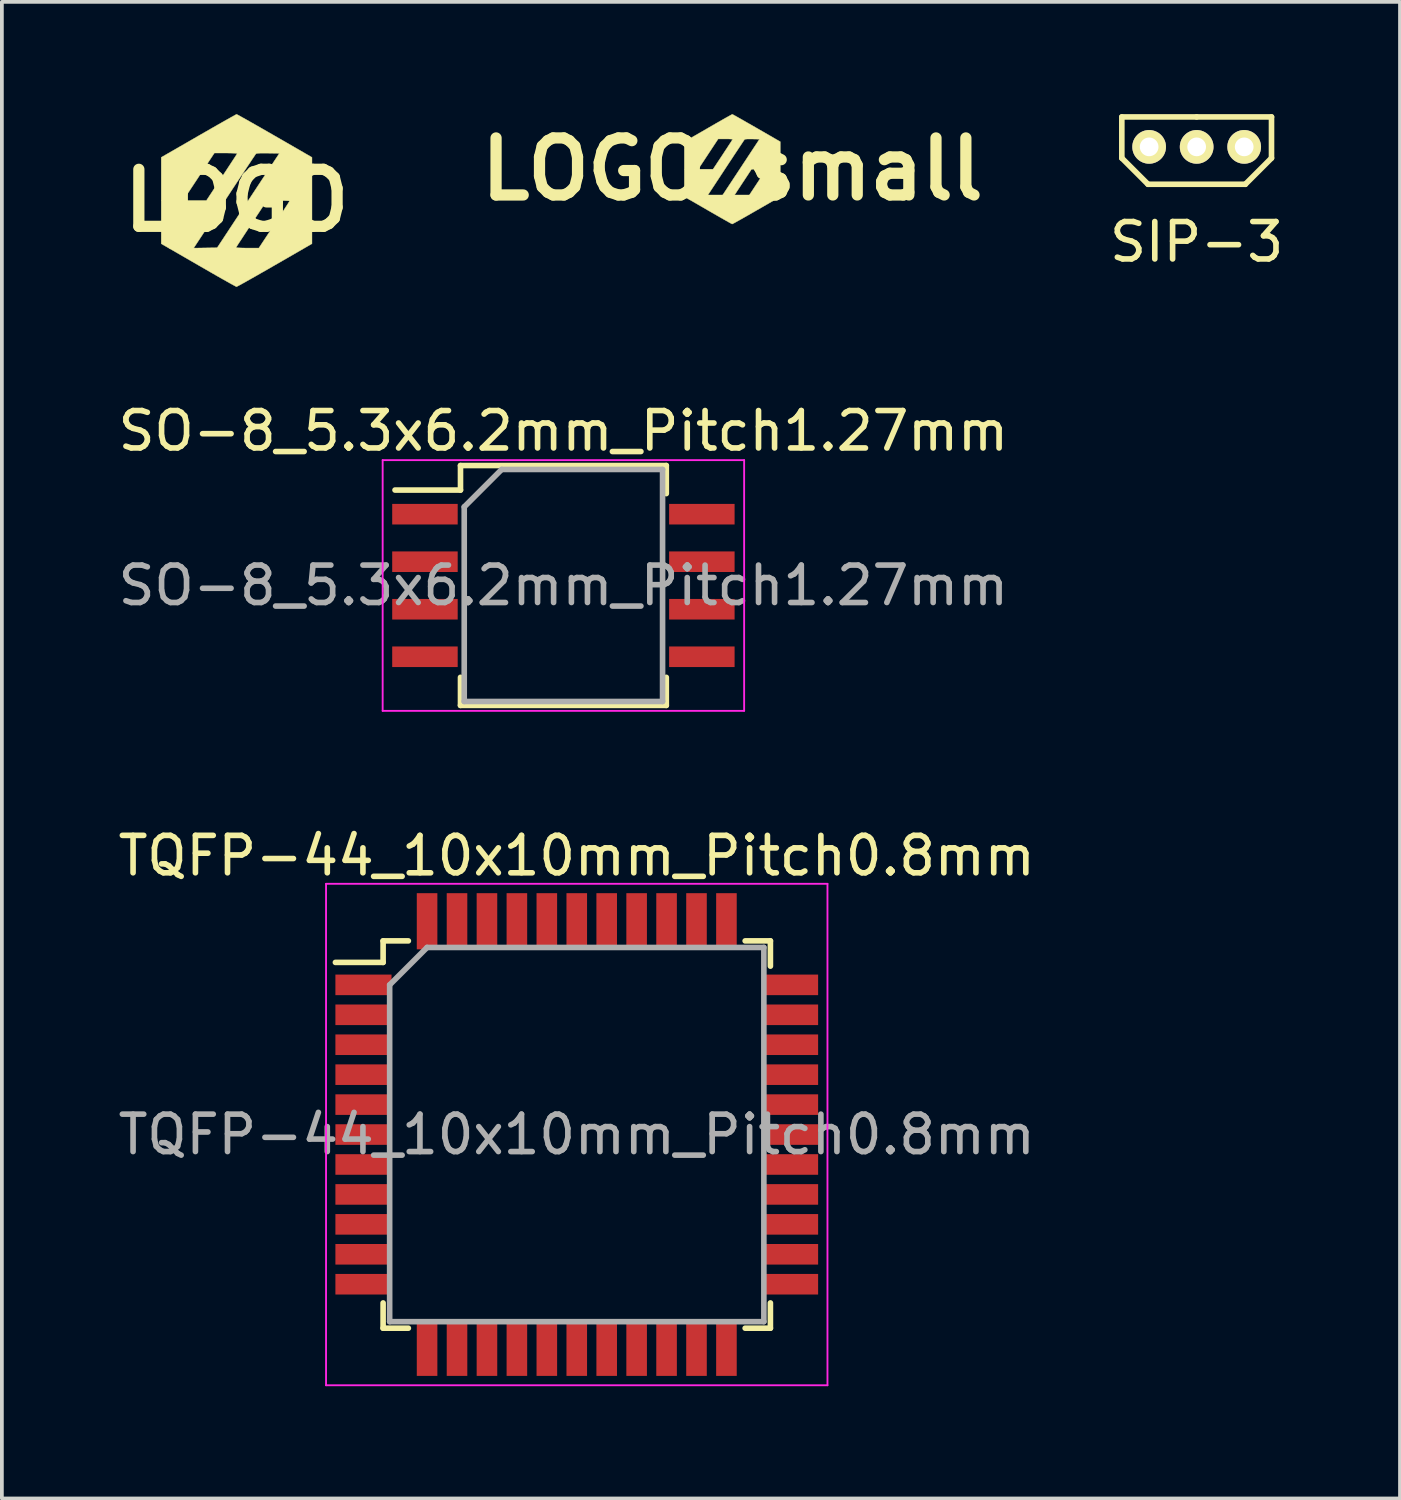
<source format=kicad_pcb>
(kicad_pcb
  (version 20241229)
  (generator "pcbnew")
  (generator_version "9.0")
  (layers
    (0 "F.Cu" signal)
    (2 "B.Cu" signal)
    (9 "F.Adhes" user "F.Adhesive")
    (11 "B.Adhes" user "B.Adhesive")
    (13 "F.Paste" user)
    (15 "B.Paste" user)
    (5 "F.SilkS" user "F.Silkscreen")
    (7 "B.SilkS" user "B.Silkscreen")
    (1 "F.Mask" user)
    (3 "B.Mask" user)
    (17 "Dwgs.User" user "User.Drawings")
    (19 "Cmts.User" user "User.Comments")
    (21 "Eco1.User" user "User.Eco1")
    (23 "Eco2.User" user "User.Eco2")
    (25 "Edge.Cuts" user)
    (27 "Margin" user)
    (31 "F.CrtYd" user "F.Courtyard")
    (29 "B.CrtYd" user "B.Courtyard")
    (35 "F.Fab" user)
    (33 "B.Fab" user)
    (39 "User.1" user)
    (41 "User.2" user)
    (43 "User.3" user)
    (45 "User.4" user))
  (footprint "SIP-3"
    (layer "F.Cu")
    (at 28.929 0.875)
    (property "Reference" "SIP-3" (at 0 2.54 0) (layer "F.SilkS") (effects (font (size 1 1) (thickness 0.15))))
    (attr through_hole)
    (fp_line (start -2 -0.8) (end -2 0.3) (stroke (width 0.15) (type solid)) (layer "F.SilkS"))
    (fp_line (start -2 0.3) (end -1.3 1) (stroke (width 0.15) (type solid)) (layer "F.SilkS"))
    (fp_line (start -1.3 1) (end 1.3 1) (stroke (width 0.15) (type solid)) (layer "F.SilkS"))
    (fp_line (start 0 -0.8) (end -2 -0.8) (stroke (width 0.15) (type solid)) (layer "F.SilkS"))
    (fp_line (start 0 -0.8) (end 2 -0.8) (stroke (width 0.15) (type solid)) (layer "F.SilkS"))
    (fp_line (start 1.3 1) (end 2 0.3) (stroke (width 0.15) (type solid)) (layer "F.SilkS"))
    (fp_line (start 2 -0.8) (end 2 0.3) (stroke (width 0.15) (type solid)) (layer "F.SilkS"))
    (pad "1" thru_hole circle (at -1.27 0) (size 0.9 0.9) (drill 0.5) (layers "*.Cu" "*.Mask" "F.SilkS"))
    (pad "2" thru_hole circle (at 0 0) (size 0.9 0.9) (drill 0.5) (layers "*.Cu" "*.Mask" "F.SilkS"))
    (pad "3" thru_hole circle (at 1.27 0) (size 0.9 0.9) (drill 0.5) (layers "*.Cu" "*.Mask" "F.SilkS")))
  (footprint "TQFP-44_10x10mm_Pitch0.8mm"
    (layer "F.Cu")
    (at 12.363 27.269)
    (property "Reference" "TQFP-44_10x10mm_Pitch0.8mm" (at 0 -7.45 0) (layer "F.SilkS") (effects (font (size 1 1) (thickness 0.15))))
    (attr smd)
    (fp_line (start -5.175 -5.175) (end -5.175 -4.6) (stroke (width 0.15) (type solid)) (layer "F.SilkS"))
    (fp_line (start -5.175 -5.175) (end -4.5 -5.175) (stroke (width 0.15) (type solid)) (layer "F.SilkS"))
    (fp_line (start -5.175 -4.6) (end -6.45 -4.6) (stroke (width 0.15) (type solid)) (layer "F.SilkS"))
    (fp_line (start -5.175 5.175) (end -5.175 4.5) (stroke (width 0.15) (type solid)) (layer "F.SilkS"))
    (fp_line (start -5.175 5.175) (end -4.5 5.175) (stroke (width 0.15) (type solid)) (layer "F.SilkS"))
    (fp_line (start 5.175 -5.175) (end 4.5 -5.175) (stroke (width 0.15) (type solid)) (layer "F.SilkS"))
    (fp_line (start 5.175 -5.175) (end 5.175 -4.5) (stroke (width 0.15) (type solid)) (layer "F.SilkS"))
    (fp_line (start 5.175 5.175) (end 4.5 5.175) (stroke (width 0.15) (type solid)) (layer "F.SilkS"))
    (fp_line (start 5.175 5.175) (end 5.175 4.5) (stroke (width 0.15) (type solid)) (layer "F.SilkS"))
    (fp_line (start -6.7 -6.7) (end -6.7 6.7) (stroke (width 0.05) (type solid)) (layer "F.CrtYd"))
    (fp_line (start -6.7 -6.7) (end 6.7 -6.7) (stroke (width 0.05) (type solid)) (layer "F.CrtYd"))
    (fp_line (start -6.7 6.7) (end 6.7 6.7) (stroke (width 0.05) (type solid)) (layer "F.CrtYd"))
    (fp_line (start 6.7 -6.7) (end 6.7 6.7) (stroke (width 0.05) (type solid)) (layer "F.CrtYd"))
    (fp_line (start -5 -4) (end -4 -5) (stroke (width 0.15) (type solid)) (layer "F.Fab"))
    (fp_line (start -5 5) (end -5 -4) (stroke (width 0.15) (type solid)) (layer "F.Fab"))
    (fp_line (start -4 -5) (end 5 -5) (stroke (width 0.15) (type solid)) (layer "F.Fab"))
    (fp_line (start 5 -5) (end 5 5) (stroke (width 0.15) (type solid)) (layer "F.Fab"))
    (fp_line (start 5 5) (end -5 5) (stroke (width 0.15) (type solid)) (layer "F.Fab"))
    (fp_text user "${REFERENCE}" (at 0 0 0) (layer "F.Fab") (effects (font (size 1 1) (thickness 0.15))))
    (pad "1" smd rect (at -5.7 -4) (size 1.5 0.55) (layers "F.Cu" "F.Mask" "F.Paste"))
    (pad "2" smd rect (at -5.7 -3.2) (size 1.5 0.55) (layers "F.Cu" "F.Mask" "F.Paste"))
    (pad "3" smd rect (at -5.7 -2.4) (size 1.5 0.55) (layers "F.Cu" "F.Mask" "F.Paste"))
    (pad "4" smd rect (at -5.7 -1.6) (size 1.5 0.55) (layers "F.Cu" "F.Mask" "F.Paste"))
    (pad "5" smd rect (at -5.7 -0.8) (size 1.5 0.55) (layers "F.Cu" "F.Mask" "F.Paste"))
    (pad "6" smd rect (at -5.7 0) (size 1.5 0.55) (layers "F.Cu" "F.Mask" "F.Paste"))
    (pad "7" smd rect (at -5.7 0.8) (size 1.5 0.55) (layers "F.Cu" "F.Mask" "F.Paste"))
    (pad "8" smd rect (at -5.7 1.6) (size 1.5 0.55) (layers "F.Cu" "F.Mask" "F.Paste"))
    (pad "9" smd rect (at -5.7 2.4) (size 1.5 0.55) (layers "F.Cu" "F.Mask" "F.Paste"))
    (pad "10" smd rect (at -5.7 3.2) (size 1.5 0.55) (layers "F.Cu" "F.Mask" "F.Paste"))
    (pad "11" smd rect (at -5.7 4) (size 1.5 0.55) (layers "F.Cu" "F.Mask" "F.Paste"))
    (pad "12" smd rect (at -4 5.7 90) (size 1.5 0.55) (layers "F.Cu" "F.Mask" "F.Paste"))
    (pad "13" smd rect (at -3.2 5.7 90) (size 1.5 0.55) (layers "F.Cu" "F.Mask" "F.Paste"))
    (pad "14" smd rect (at -2.4 5.7 90) (size 1.5 0.55) (layers "F.Cu" "F.Mask" "F.Paste"))
    (pad "15" smd rect (at -1.6 5.7 90) (size 1.5 0.55) (layers "F.Cu" "F.Mask" "F.Paste"))
    (pad "16" smd rect (at -0.8 5.7 90) (size 1.5 0.55) (layers "F.Cu" "F.Mask" "F.Paste"))
    (pad "17" smd rect (at 0 5.7 90) (size 1.5 0.55) (layers "F.Cu" "F.Mask" "F.Paste"))
    (pad "18" smd rect (at 0.8 5.7 90) (size 1.5 0.55) (layers "F.Cu" "F.Mask" "F.Paste"))
    (pad "19" smd rect (at 1.6 5.7 90) (size 1.5 0.55) (layers "F.Cu" "F.Mask" "F.Paste"))
    (pad "20" smd rect (at 2.4 5.7 90) (size 1.5 0.55) (layers "F.Cu" "F.Mask" "F.Paste"))
    (pad "21" smd rect (at 3.2 5.7 90) (size 1.5 0.55) (layers "F.Cu" "F.Mask" "F.Paste"))
    (pad "22" smd rect (at 4 5.7 90) (size 1.5 0.55) (layers "F.Cu" "F.Mask" "F.Paste"))
    (pad "23" smd rect (at 5.7 4) (size 1.5 0.55) (layers "F.Cu" "F.Mask" "F.Paste"))
    (pad "24" smd rect (at 5.7 3.2) (size 1.5 0.55) (layers "F.Cu" "F.Mask" "F.Paste"))
    (pad "25" smd rect (at 5.7 2.4) (size 1.5 0.55) (layers "F.Cu" "F.Mask" "F.Paste"))
    (pad "26" smd rect (at 5.7 1.6) (size 1.5 0.55) (layers "F.Cu" "F.Mask" "F.Paste"))
    (pad "27" smd rect (at 5.7 0.8) (size 1.5 0.55) (layers "F.Cu" "F.Mask" "F.Paste"))
    (pad "28" smd rect (at 5.7 0) (size 1.5 0.55) (layers "F.Cu" "F.Mask" "F.Paste"))
    (pad "29" smd rect (at 5.7 -0.8) (size 1.5 0.55) (layers "F.Cu" "F.Mask" "F.Paste"))
    (pad "30" smd rect (at 5.7 -1.6) (size 1.5 0.55) (layers "F.Cu" "F.Mask" "F.Paste"))
    (pad "31" smd rect (at 5.7 -2.4) (size 1.5 0.55) (layers "F.Cu" "F.Mask" "F.Paste"))
    (pad "32" smd rect (at 5.7 -3.2) (size 1.5 0.55) (layers "F.Cu" "F.Mask" "F.Paste"))
    (pad "33" smd rect (at 5.7 -4) (size 1.5 0.55) (layers "F.Cu" "F.Mask" "F.Paste"))
    (pad "34" smd rect (at 4 -5.7 90) (size 1.5 0.55) (layers "F.Cu" "F.Mask" "F.Paste"))
    (pad "35" smd rect (at 3.2 -5.7 90) (size 1.5 0.55) (layers "F.Cu" "F.Mask" "F.Paste"))
    (pad "36" smd rect (at 2.4 -5.7 90) (size 1.5 0.55) (layers "F.Cu" "F.Mask" "F.Paste"))
    (pad "37" smd rect (at 1.6 -5.7 90) (size 1.5 0.55) (layers "F.Cu" "F.Mask" "F.Paste"))
    (pad "38" smd rect (at 0.8 -5.7 90) (size 1.5 0.55) (layers "F.Cu" "F.Mask" "F.Paste"))
    (pad "39" smd rect (at 0 -5.7 90) (size 1.5 0.55) (layers "F.Cu" "F.Mask" "F.Paste"))
    (pad "40" smd rect (at -0.8 -5.7 90) (size 1.5 0.55) (layers "F.Cu" "F.Mask" "F.Paste"))
    (pad "41" smd rect (at -1.6 -5.7 90) (size 1.5 0.55) (layers "F.Cu" "F.Mask" "F.Paste"))
    (pad "42" smd rect (at -2.4 -5.7 90) (size 1.5 0.55) (layers "F.Cu" "F.Mask" "F.Paste"))
    (pad "43" smd rect (at -3.2 -5.7 90) (size 1.5 0.55) (layers "F.Cu" "F.Mask" "F.Paste"))
    (pad "44" smd rect (at -4 -5.7 90) (size 1.5 0.55) (layers "F.Cu" "F.Mask" "F.Paste")))
  (footprint "SO-8_5.3x6.2mm_Pitch1.27mm"
    (layer "F.Cu")
    (at 12.006 12.596)
    (property "Reference" "SO-8_5.3x6.2mm_Pitch1.27mm" (at 0 -4.13 0) (layer "F.SilkS") (effects (font (size 1 1) (thickness 0.15))))
    (attr smd)
    (fp_line (start -2.75 -3.205) (end -2.75 -2.55) (stroke (width 0.15) (type solid)) (layer "F.SilkS"))
    (fp_line (start -2.75 -3.205) (end 2.75 -3.205) (stroke (width 0.15) (type solid)) (layer "F.SilkS"))
    (fp_line (start -2.75 -2.55) (end -4.5 -2.55) (stroke (width 0.15) (type solid)) (layer "F.SilkS"))
    (fp_line (start -2.75 3.205) (end -2.75 2.455) (stroke (width 0.15) (type solid)) (layer "F.SilkS"))
    (fp_line (start -2.75 3.205) (end 2.75 3.205) (stroke (width 0.15) (type solid)) (layer "F.SilkS"))
    (fp_line (start 2.75 -3.205) (end 2.75 -2.455) (stroke (width 0.15) (type solid)) (layer "F.SilkS"))
    (fp_line (start 2.75 3.205) (end 2.75 2.455) (stroke (width 0.15) (type solid)) (layer "F.SilkS"))
    (fp_line (start -4.83 -3.35) (end -4.83 3.35) (stroke (width 0.05) (type solid)) (layer "F.CrtYd"))
    (fp_line (start -4.83 -3.35) (end 4.83 -3.35) (stroke (width 0.05) (type solid)) (layer "F.CrtYd"))
    (fp_line (start -4.83 3.35) (end 4.83 3.35) (stroke (width 0.05) (type solid)) (layer "F.CrtYd"))
    (fp_line (start 4.83 -3.35) (end 4.83 3.35) (stroke (width 0.05) (type solid)) (layer "F.CrtYd"))
    (fp_line (start -2.65 -2.1) (end -1.65 -3.1) (stroke (width 0.15) (type solid)) (layer "F.Fab"))
    (fp_line (start -2.65 3.1) (end -2.65 -2.1) (stroke (width 0.15) (type solid)) (layer "F.Fab"))
    (fp_line (start -1.65 -3.1) (end 2.65 -3.1) (stroke (width 0.15) (type solid)) (layer "F.Fab"))
    (fp_line (start 2.65 -3.1) (end 2.65 3.1) (stroke (width 0.15) (type solid)) (layer "F.Fab"))
    (fp_line (start 2.65 3.1) (end -2.65 3.1) (stroke (width 0.15) (type solid)) (layer "F.Fab"))
    (fp_text user "${REFERENCE}" (at 0 0 0) (layer "F.Fab") (effects (font (size 1 1) (thickness 0.15))))
    (pad "1" smd rect (at -3.7 -1.905) (size 1.75 0.55) (layers "F.Cu" "F.Mask" "F.Paste"))
    (pad "2" smd rect (at -3.7 -0.635) (size 1.75 0.55) (layers "F.Cu" "F.Mask" "F.Paste"))
    (pad "3" smd rect (at -3.7 0.635) (size 1.75 0.55) (layers "F.Cu" "F.Mask" "F.Paste"))
    (pad "4" smd rect (at -3.7 1.905) (size 1.75 0.55) (layers "F.Cu" "F.Mask" "F.Paste"))
    (pad "5" smd rect (at 3.7 1.905) (size 1.75 0.55) (layers "F.Cu" "F.Mask" "F.Paste"))
    (pad "6" smd rect (at 3.7 0.635) (size 1.75 0.55) (layers "F.Cu" "F.Mask" "F.Paste"))
    (pad "7" smd rect (at 3.7 -0.635) (size 1.75 0.55) (layers "F.Cu" "F.Mask" "F.Paste"))
    (pad "8" smd rect (at 3.7 -1.905) (size 1.75 0.55) (layers "F.Cu" "F.Mask" "F.Paste")))
  (footprint "LOGO"
    (layer "F.Cu")
    (at 3.273 2.309)
    (property "Reference" "LOGO" (at 0 0 0) (layer "F.SilkS") (effects (font (size 1.524 1.524) (thickness 0.3))))
    (attr through_hole)
    (fp_poly (pts (xy 0.019 -2.295) (xy 0.066 -2.27) (xy 0.139 -2.229) (xy 0.236 -2.175) (xy 0.353 -2.109) (xy 0.488 -2.032) (xy 0.639 -1.946) (xy 0.801 -1.853) (xy 0.974 -1.754) (xy 1.017 -1.729) (xy 2.014 -1.154) (xy 2.014 1.154) (xy 1.017 1.729) (xy 0.842 1.83) (xy 0.676 1.924) (xy 0.523 2.012) (xy 0.383 2.091) (xy 0.261 2.16) (xy 0.159 2.217) (xy 0.079 2.261) (xy 0.024 2.29) (xy -0.002 2.303) (xy -0.004 2.303) (xy -0.023 2.294) (xy -0.071 2.268) (xy -0.145 2.228) (xy -0.243 2.173) (xy -0.36 2.107) (xy -0.496 2.03) (xy -0.646 1.944) (xy -0.809 1.85) (xy -0.981 1.751) (xy -1.021 1.728) (xy -1.812 1.271) (xy -1.148 1.271) (xy -0.519 1.261) (xy -0.515 1.255) (xy -0.015 1.255) (xy -0.000015 1.26) (xy 0.046 1.264) (xy 0.116 1.267) (xy 0.206 1.269) (xy 0.287 1.27) (xy 0.594 1.27) (xy 1.005 0.647) (xy 1.093 0.513) (xy 1.175 0.387) (xy 1.248 0.275) (xy 1.311 0.178) (xy 1.361 0.101) (xy 1.395 0.046) (xy 1.413 0.016) (xy 1.415 0.012) (xy 1.398 0.008) (xy 1.35 0.005) (xy 1.279 0.002) (xy 1.188 0.001) (xy 1.111 0.000186) (xy 0.807 0.000372) (xy 0.399 0.62) (xy 0.311 0.754) (xy 0.229 0.879) (xy 0.155 0.992) (xy 0.092 1.088) (xy 0.041 1.166) (xy 0.006 1.221) (xy -0.013 1.251) (xy -0.015 1.255) (xy -0.515 1.255) (xy 0.311 0) (xy 1.142 -1.261) (xy 0.839 -1.266) (xy 0.718 -1.267) (xy 0.63 -1.266) (xy 0.569 -1.262) (xy 0.532 -1.256) (xy 0.515 -1.248) (xy 0.502 -1.229) (xy 0.471 -1.183) (xy 0.422 -1.111) (xy 0.359 -1.015) (xy 0.281 -0.899) (xy 0.192 -0.764) (xy 0.091 -0.612) (xy -0.018 -0.447) (xy -0.135 -0.27) (xy -0.257 -0.083) (xy -0.3 -0.018) (xy -0.425 0.171) (xy -0.544 0.353) (xy -0.656 0.524) (xy -0.76 0.682) (xy -0.854 0.824) (xy -0.936 0.949) (xy -1.006 1.055) (xy -1.06 1.137) (xy -1.098 1.195) (xy -1.118 1.226) (xy -1.121 1.23) (xy -1.148 1.271) (xy -1.812 1.271) (xy -2.014 1.154) (xy -2.014 0) (xy -1.432 0) (xy -1.12 -0.000186) (xy -0.807 -0.000371) (xy -0.399 -0.62) (xy -0.311 -0.754) (xy -0.229 -0.879) (xy -0.155 -0.992) (xy -0.092 -1.088) (xy -0.041 -1.166) (xy -0.006 -1.221) (xy 0.013 -1.251) (xy 0.015 -1.255) (xy 0.000016 -1.26) (xy -0.046 -1.264) (xy -0.116 -1.267) (xy -0.206 -1.269) (xy -0.286 -1.27) (xy -0.594 -1.27) (xy -1.013 -0.635) (xy -1.432 0) (xy -2.014 0) (xy -2.014 -1.154) (xy -1.017 -1.729) (xy -0.842 -1.829) (xy -0.677 -1.924) (xy -0.523 -2.012) (xy -0.384 -2.091) (xy -0.262 -2.16) (xy -0.161 -2.217) (xy -0.081 -2.261) (xy -0.028 -2.291) (xy -0.002 -2.304) (xy 0 -2.304) (xy 0.019 -2.295)) (stroke (width 0.01) (type solid)) (fill yes) (layer "F.SilkS")))
  (footprint "LOGO_small"
    (layer "F.Cu")
    (at 16.52 1.471)
    (property "Reference" "LOGO_small" (at 0 0 0) (layer "F.SilkS") (effects (font (size 1.524 1.524) (thickness 0.3))))
    (attr through_hole)
    (fp_poly (pts (xy 0.012 -1.461) (xy 0.042 -1.444) (xy 0.089 -1.419) (xy 0.15 -1.384) (xy 0.225 -1.342) (xy 0.311 -1.293) (xy 0.406 -1.238) (xy 0.51 -1.179) (xy 0.62 -1.116) (xy 0.647 -1.1) (xy 1.282 -0.734) (xy 1.282 0.735) (xy 0.647 1.1) (xy 0.536 1.164) (xy 0.43 1.225) (xy 0.333 1.28) (xy 0.244 1.331) (xy 0.166 1.374) (xy 0.101 1.411) (xy 0.05 1.439) (xy 0.015 1.457) (xy -0.001 1.465) (xy -0.003 1.466) (xy -0.015 1.46) (xy -0.045 1.444) (xy -0.093 1.418) (xy -0.154 1.383) (xy -0.229 1.341) (xy -0.315 1.292) (xy -0.411 1.237) (xy -0.515 1.177) (xy -0.625 1.114) (xy -0.649 1.1) (xy -1.153 0.809) (xy -0.73 0.809) (xy -0.53 0.806) (xy -0.33 0.802) (xy -0.328 0.798) (xy -0.01 0.798) (xy -0.00001 0.802) (xy 0.029 0.804) (xy 0.074 0.807) (xy 0.131 0.808) (xy 0.182 0.808) (xy 0.378 0.808) (xy 0.639 0.412) (xy 0.696 0.326) (xy 0.748 0.247) (xy 0.794 0.175) (xy 0.834 0.114) (xy 0.866 0.064) (xy 0.888 0.029) (xy 0.899 0.01) (xy 0.901 0.008) (xy 0.89 0.005) (xy 0.859 0.003) (xy 0.814 0.001) (xy 0.756 0.000341) (xy 0.707 0.000118) (xy 0.514 0.000236) (xy 0.254 0.394) (xy 0.198 0.48) (xy 0.145 0.559) (xy 0.099 0.631) (xy 0.058 0.693) (xy 0.026 0.742) (xy 0.004 0.777) (xy -0.008 0.796) (xy -0.01 0.798) (xy -0.328 0.798) (xy 0.198 0) (xy 0.726 -0.802) (xy 0.534 -0.806) (xy 0.457 -0.806) (xy 0.401 -0.806) (xy 0.362 -0.803) (xy 0.338 -0.799) (xy 0.328 -0.794) (xy 0.32 -0.782) (xy 0.299 -0.753) (xy 0.269 -0.707) (xy 0.228 -0.646) (xy 0.179 -0.572) (xy 0.122 -0.486) (xy 0.058 -0.39) (xy -0.011 -0.284) (xy -0.086 -0.172) (xy -0.164 -0.053) (xy -0.191 -0.012) (xy -0.27 0.109) (xy -0.346 0.224) (xy -0.418 0.333) (xy -0.484 0.434) (xy -0.544 0.525) (xy -0.596 0.604) (xy -0.64 0.671) (xy -0.674 0.724) (xy -0.699 0.761) (xy -0.712 0.78) (xy -0.713 0.782) (xy -0.73 0.809) (xy -1.153 0.809) (xy -1.282 0.735) (xy -1.282 0) (xy -0.911 0) (xy -0.712 -0.000119) (xy -0.514 -0.000237) (xy -0.254 -0.394) (xy -0.198 -0.48) (xy -0.145 -0.559) (xy -0.099 -0.631) (xy -0.058 -0.693) (xy -0.026 -0.742) (xy -0.004 -0.777) (xy 0.008 -0.796) (xy 0.01 -0.798) (xy 0.00001 -0.802) (xy -0.029 -0.804) (xy -0.074 -0.807) (xy -0.131 -0.808) (xy -0.182 -0.808) (xy -0.378 -0.808) (xy -0.911 0) (xy -1.282 0) (xy -1.282 -0.734) (xy -0.647 -1.1) (xy -0.536 -1.164) (xy -0.431 -1.225) (xy -0.333 -1.28) (xy -0.245 -1.331) (xy -0.167 -1.375) (xy -0.102 -1.411) (xy -0.052 -1.439) (xy -0.018 -1.458) (xy -0.001 -1.466) (xy 0 -1.466) (xy 0.012 -1.461)) (stroke (width 0.01) (type solid)) (fill yes) (layer "F.SilkS")))
  (gr_rect
    (start -3 -3)
    (end 34.363 36.994)
    (stroke (width 0.1) (type default))
    (fill no)
    (layer "Edge.Cuts")))
</source>
